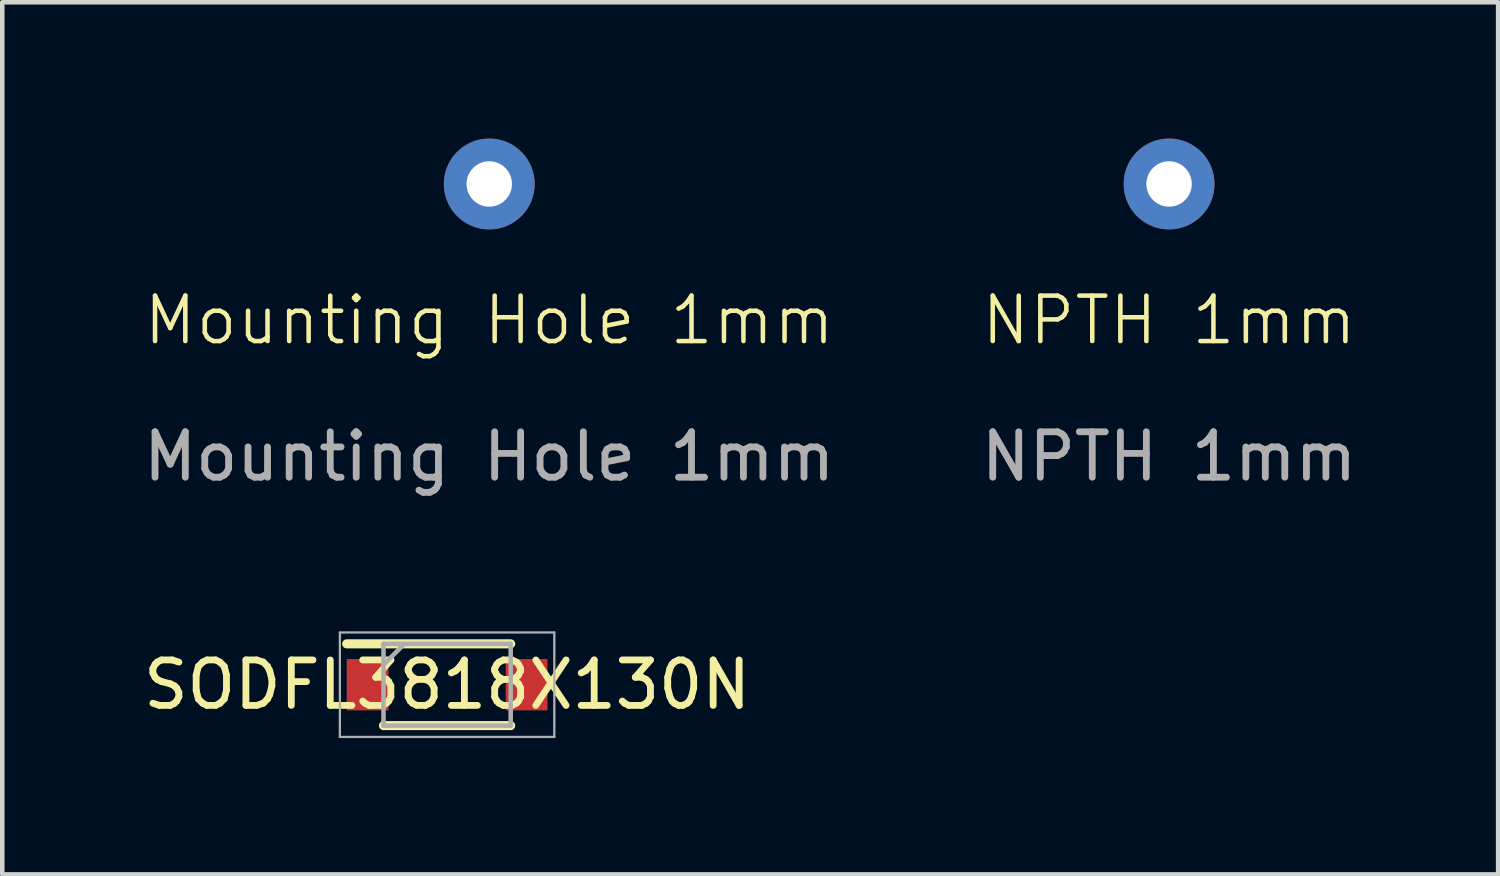
<source format=kicad_pcb>
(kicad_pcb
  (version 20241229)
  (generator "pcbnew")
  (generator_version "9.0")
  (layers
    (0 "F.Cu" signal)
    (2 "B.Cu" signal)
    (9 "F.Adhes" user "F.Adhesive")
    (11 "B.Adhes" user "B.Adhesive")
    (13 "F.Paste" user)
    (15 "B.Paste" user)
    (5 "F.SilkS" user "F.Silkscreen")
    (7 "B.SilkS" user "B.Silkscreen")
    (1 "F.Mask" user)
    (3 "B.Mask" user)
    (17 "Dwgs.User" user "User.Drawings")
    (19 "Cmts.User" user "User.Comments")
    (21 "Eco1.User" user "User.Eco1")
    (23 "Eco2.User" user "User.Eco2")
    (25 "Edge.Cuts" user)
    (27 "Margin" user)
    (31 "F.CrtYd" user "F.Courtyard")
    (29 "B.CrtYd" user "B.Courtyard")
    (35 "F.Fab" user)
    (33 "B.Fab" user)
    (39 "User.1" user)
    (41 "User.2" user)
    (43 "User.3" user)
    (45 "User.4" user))
  (footprint "SODFL3818X130N"
    (layer "F.Cu")
    (at 6.792 12.023)
    (property "Reference" "SODFL3818X130N" (at 0 0 0) (layer "F.SilkS") (effects (font (size 1 1) (thickness 0.15))))
    (attr smd)
    (fp_line (start -2.21 -0.9) (end 1.4 -0.9) (stroke (width 0.2) (type solid)) (layer "F.SilkS"))
    (fp_line (start -1.4 0.9) (end 1.4 0.9) (stroke (width 0.2) (type solid)) (layer "F.SilkS"))
    (fp_line (start -2.36 -1.15) (end 2.36 -1.15) (stroke (width 0.05) (type solid)) (layer "F.Fab"))
    (fp_line (start -2.36 1.15) (end -2.36 -1.15) (stroke (width 0.05) (type solid)) (layer "F.Fab"))
    (fp_line (start -1.4 -0.9) (end 1.4 -0.9) (stroke (width 0.1) (type solid)) (layer "F.Fab"))
    (fp_line (start -1.4 -0.44) (end -0.94 -0.9) (stroke (width 0.1) (type solid)) (layer "F.Fab"))
    (fp_line (start -1.4 0.9) (end -1.4 -0.9) (stroke (width 0.1) (type solid)) (layer "F.Fab"))
    (fp_line (start 1.4 -0.9) (end 1.4 0.9) (stroke (width 0.1) (type solid)) (layer "F.Fab"))
    (fp_line (start 1.4 0.9) (end -1.4 0.9) (stroke (width 0.1) (type solid)) (layer "F.Fab"))
    (fp_line (start 2.36 -1.15) (end 2.36 1.15) (stroke (width 0.05) (type solid)) (layer "F.Fab"))
    (fp_line (start 2.36 1.15) (end -2.36 1.15) (stroke (width 0.05) (type solid)) (layer "F.Fab"))
    (pad "1" smd rect (at -1.75 0) (size 0.92 1.13) (layers "F.Cu" "F.Mask" "F.Paste"))
    (pad "2" smd rect (at 1.75 0) (size 0.92 1.13) (layers "F.Cu" "F.Mask" "F.Paste")))
  (footprint "NPTH 1mm"
    (layer "F.Cu")
    (at 22.685 4.5)
    (property "Reference" "NPTH 1mm" (at 0 -0.5 0) (unlocked yes) (layer "F.SilkS") (effects (font (size 1 1) (thickness 0.1))))
    (attr through_hole)
    (fp_text user "${REFERENCE}" (at 0 2.5 0) (unlocked yes) (layer "F.Fab") (effects (font (size 1 1) (thickness 0.15))))
    (pad "" np_thru_hole circle (at 0 -3.5) (size 2 2) (drill 1) (layers "*.Cu" "*.Mask")))
  (footprint "Mounting Hole 1mm"
    (layer "F.Cu")
    (at 7.72 4.5)
    (property "Reference" "Mounting Hole 1mm" (at 0 -0.5 0) (unlocked yes) (layer "F.SilkS") (effects (font (size 1 1) (thickness 0.1))))
    (attr through_hole)
    (fp_text user "${REFERENCE}" (at 0 2.5 0) (unlocked yes) (layer "F.Fab") (effects (font (size 1 1) (thickness 0.15))))
    (pad "1" thru_hole circle (at 0 -3.5) (size 2 2) (drill 1) (layers "*.Cu" "*.Mask")))
  (gr_rect
    (start -3 -3)
    (end 29.929 16.198)
    (stroke (width 0.1) (type default))
    (fill no)
    (layer "Edge.Cuts")))
</source>
